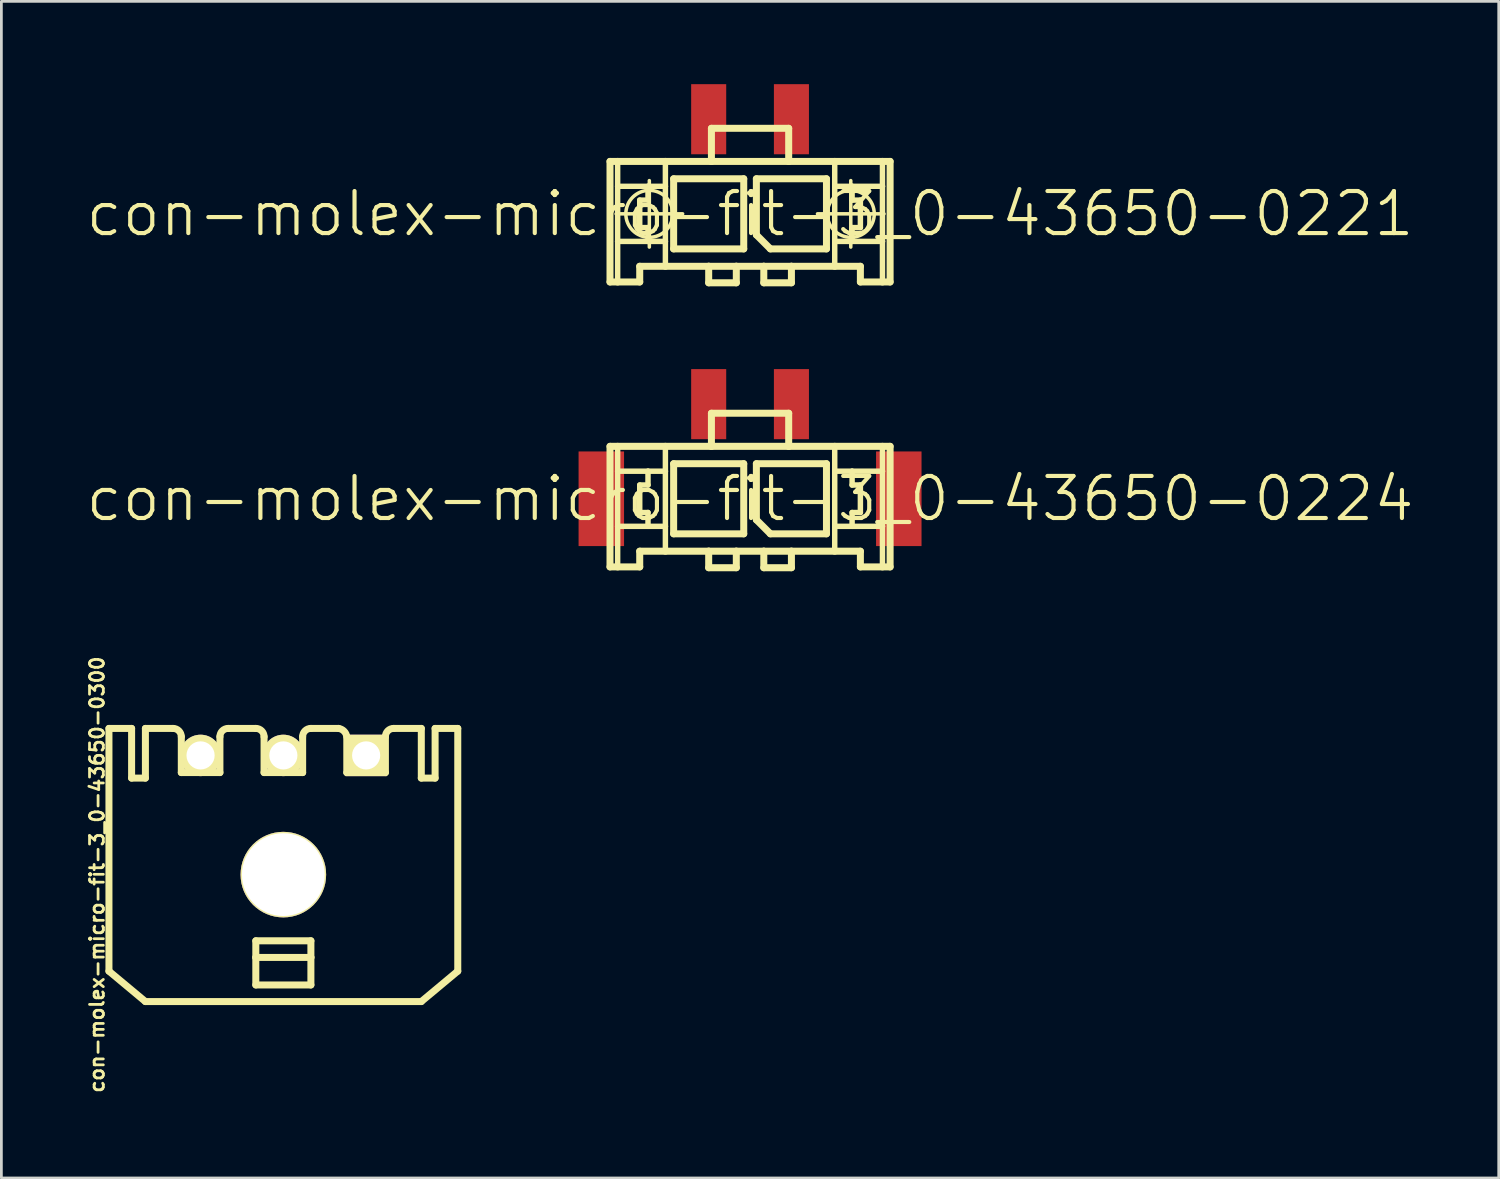
<source format=kicad_pcb>
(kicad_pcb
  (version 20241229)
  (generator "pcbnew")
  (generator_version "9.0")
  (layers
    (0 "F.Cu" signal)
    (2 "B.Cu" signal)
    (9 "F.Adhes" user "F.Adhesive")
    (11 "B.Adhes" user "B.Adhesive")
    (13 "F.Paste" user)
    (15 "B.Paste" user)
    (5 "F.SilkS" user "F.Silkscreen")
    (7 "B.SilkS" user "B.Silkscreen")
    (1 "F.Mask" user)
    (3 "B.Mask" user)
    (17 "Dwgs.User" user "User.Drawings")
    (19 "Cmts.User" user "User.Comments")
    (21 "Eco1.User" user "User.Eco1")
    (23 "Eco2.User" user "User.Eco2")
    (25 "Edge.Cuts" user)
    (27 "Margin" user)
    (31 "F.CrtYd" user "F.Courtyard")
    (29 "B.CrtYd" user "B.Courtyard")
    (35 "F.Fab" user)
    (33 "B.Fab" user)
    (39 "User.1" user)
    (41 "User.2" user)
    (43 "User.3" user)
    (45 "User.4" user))
  (footprint "con-molex-micro-fit-3_0-43650-0224"
    (layer "F.Cu")
    (at 24.13 15.024)
    (property "Reference" "con-molex-micro-fit-3_0-43650-0224" (at 0 0 0) (layer "F.SilkS") (effects (font (size 1.524 1.524) (thickness 0.15))))
    (attr smd)
    (fp_line (start -5.075 -1.9) (end -4.798 -1.9) (stroke (width 0.254) (type solid)) (layer "F.SilkS"))
    (fp_line (start -5.075 2.469) (end -5.075 -1.9) (stroke (width 0.254) (type solid)) (layer "F.SilkS"))
    (fp_line (start -4.798 -1.9) (end -3.068 -1.9) (stroke (width 0.254) (type solid)) (layer "F.SilkS"))
    (fp_line (start -4.798 -0.998) (end -4.798 -1.9) (stroke (width 0.198) (type solid)) (layer "F.SilkS"))
    (fp_line (start -4.798 0.998) (end -4.798 -0.998) (stroke (width 0.198) (type solid)) (layer "F.SilkS"))
    (fp_line (start -4.798 2.469) (end -5.075 2.469) (stroke (width 0.254) (type solid)) (layer "F.SilkS"))
    (fp_line (start -4.798 2.469) (end -4.798 0.998) (stroke (width 0.198) (type solid)) (layer "F.SilkS"))
    (fp_line (start -3.998 -0.498) (end -3.998 0.498) (stroke (width 0.198) (type solid)) (layer "F.SilkS"))
    (fp_line (start -3.998 0.498) (end -3.698 0.498) (stroke (width 0.198) (type solid)) (layer "F.SilkS"))
    (fp_line (start -3.998 1.9) (end -3.998 2.469) (stroke (width 0.254) (type solid)) (layer "F.SilkS"))
    (fp_line (start -3.998 2.469) (end -4.798 2.469) (stroke (width 0.254) (type solid)) (layer "F.SilkS"))
    (fp_line (start -3.698 -0.998) (end -4.798 -0.998) (stroke (width 0.198) (type solid)) (layer "F.SilkS"))
    (fp_line (start -3.698 -0.998) (end -3.698 -0.498) (stroke (width 0.198) (type solid)) (layer "F.SilkS"))
    (fp_line (start -3.698 -0.498) (end -3.998 -0.498) (stroke (width 0.198) (type solid)) (layer "F.SilkS"))
    (fp_line (start -3.698 0.498) (end -3.698 0.998) (stroke (width 0.198) (type solid)) (layer "F.SilkS"))
    (fp_line (start -3.698 0.998) (end -4.798 0.998) (stroke (width 0.198) (type solid)) (layer "F.SilkS"))
    (fp_line (start -3.068 -1.9) (end -1.4 -1.9) (stroke (width 0.254) (type solid)) (layer "F.SilkS"))
    (fp_line (start -3.068 -0.998) (end -3.698 -0.998) (stroke (width 0.198) (type solid)) (layer "F.SilkS"))
    (fp_line (start -3.068 -0.998) (end -3.068 -1.9) (stroke (width 0.198) (type solid)) (layer "F.SilkS"))
    (fp_line (start -3.068 0.998) (end -3.698 0.998) (stroke (width 0.198) (type solid)) (layer "F.SilkS"))
    (fp_line (start -3.068 0.998) (end -3.068 -0.998) (stroke (width 0.198) (type solid)) (layer "F.SilkS"))
    (fp_line (start -3.068 1.9) (end -3.998 1.9) (stroke (width 0.254) (type solid)) (layer "F.SilkS"))
    (fp_line (start -3.068 1.9) (end -3.068 0.998) (stroke (width 0.198) (type solid)) (layer "F.SilkS"))
    (fp_line (start -2.769 -1.27) (end -0.229 -1.27) (stroke (width 0.254) (type solid)) (layer "F.SilkS"))
    (fp_line (start -2.769 1.27) (end -2.769 -1.27) (stroke (width 0.254) (type solid)) (layer "F.SilkS"))
    (fp_line (start -1.499 1.9) (end -3.068 1.9) (stroke (width 0.254) (type solid)) (layer "F.SilkS"))
    (fp_line (start -1.499 1.9) (end -1.499 2.499) (stroke (width 0.254) (type solid)) (layer "F.SilkS"))
    (fp_line (start -1.499 2.499) (end -0.498 2.499) (stroke (width 0.254) (type solid)) (layer "F.SilkS"))
    (fp_line (start -1.4 -3.099) (end -1.4 -1.9) (stroke (width 0.254) (type solid)) (layer "F.SilkS"))
    (fp_line (start -1.4 -3.099) (end 1.4 -3.099) (stroke (width 0.254) (type solid)) (layer "F.SilkS"))
    (fp_line (start -1.4 -1.9) (end 1.4 -1.9) (stroke (width 0.254) (type solid)) (layer "F.SilkS"))
    (fp_line (start -0.498 1.9) (end -1.499 1.9) (stroke (width 0.254) (type solid)) (layer "F.SilkS"))
    (fp_line (start -0.498 2.499) (end -0.498 1.9) (stroke (width 0.254) (type solid)) (layer "F.SilkS"))
    (fp_line (start -0.229 -1.27) (end -0.229 1.27) (stroke (width 0.254) (type solid)) (layer "F.SilkS"))
    (fp_line (start -0.229 1.27) (end -2.769 1.27) (stroke (width 0.254) (type solid)) (layer "F.SilkS"))
    (fp_line (start 0.229 -1.27) (end 2.769 -1.27) (stroke (width 0.254) (type solid)) (layer "F.SilkS"))
    (fp_line (start 0.229 0.762) (end 0.229 -1.27) (stroke (width 0.254) (type solid)) (layer "F.SilkS"))
    (fp_line (start 0.498 1.9) (end -0.498 1.9) (stroke (width 0.254) (type solid)) (layer "F.SilkS"))
    (fp_line (start 0.498 1.9) (end 0.498 2.499) (stroke (width 0.254) (type solid)) (layer "F.SilkS"))
    (fp_line (start 0.498 2.499) (end 1.499 2.499) (stroke (width 0.254) (type solid)) (layer "F.SilkS"))
    (fp_line (start 0.737 1.27) (end 0.229 0.762) (stroke (width 0.254) (type solid)) (layer "F.SilkS"))
    (fp_line (start 1.4 -3.099) (end 1.4 -1.9) (stroke (width 0.254) (type solid)) (layer "F.SilkS"))
    (fp_line (start 1.4 -1.9) (end 3.068 -1.9) (stroke (width 0.254) (type solid)) (layer "F.SilkS"))
    (fp_line (start 1.499 1.9) (end 0.498 1.9) (stroke (width 0.254) (type solid)) (layer "F.SilkS"))
    (fp_line (start 1.499 2.499) (end 1.499 1.9) (stroke (width 0.254) (type solid)) (layer "F.SilkS"))
    (fp_line (start 2.769 -1.27) (end 2.769 1.27) (stroke (width 0.254) (type solid)) (layer "F.SilkS"))
    (fp_line (start 2.769 1.27) (end 0.737 1.27) (stroke (width 0.254) (type solid)) (layer "F.SilkS"))
    (fp_line (start 3.068 -1.9) (end 3.068 -0.998) (stroke (width 0.198) (type solid)) (layer "F.SilkS"))
    (fp_line (start 3.068 -1.9) (end 4.798 -1.9) (stroke (width 0.254) (type solid)) (layer "F.SilkS"))
    (fp_line (start 3.068 -0.998) (end 3.068 0.998) (stroke (width 0.198) (type solid)) (layer "F.SilkS"))
    (fp_line (start 3.068 -0.998) (end 3.698 -0.998) (stroke (width 0.198) (type solid)) (layer "F.SilkS"))
    (fp_line (start 3.068 0.998) (end 3.068 1.9) (stroke (width 0.198) (type solid)) (layer "F.SilkS"))
    (fp_line (start 3.068 0.998) (end 3.698 0.998) (stroke (width 0.198) (type solid)) (layer "F.SilkS"))
    (fp_line (start 3.068 1.9) (end 1.499 1.9) (stroke (width 0.254) (type solid)) (layer "F.SilkS"))
    (fp_line (start 3.698 -0.998) (end 3.698 -0.498) (stroke (width 0.198) (type solid)) (layer "F.SilkS"))
    (fp_line (start 3.698 -0.998) (end 4.798 -0.998) (stroke (width 0.198) (type solid)) (layer "F.SilkS"))
    (fp_line (start 3.698 -0.498) (end 3.998 -0.498) (stroke (width 0.198) (type solid)) (layer "F.SilkS"))
    (fp_line (start 3.698 0.498) (end 3.698 0.998) (stroke (width 0.198) (type solid)) (layer "F.SilkS"))
    (fp_line (start 3.698 0.998) (end 4.798 0.998) (stroke (width 0.198) (type solid)) (layer "F.SilkS"))
    (fp_line (start 3.998 -0.498) (end 3.998 0.498) (stroke (width 0.198) (type solid)) (layer "F.SilkS"))
    (fp_line (start 3.998 0.498) (end 3.698 0.498) (stroke (width 0.198) (type solid)) (layer "F.SilkS"))
    (fp_line (start 3.998 1.9) (end 3.068 1.9) (stroke (width 0.254) (type solid)) (layer "F.SilkS"))
    (fp_line (start 3.998 2.469) (end 3.998 1.9) (stroke (width 0.254) (type solid)) (layer "F.SilkS"))
    (fp_line (start 3.998 2.469) (end 4.798 2.469) (stroke (width 0.254) (type solid)) (layer "F.SilkS"))
    (fp_line (start 4.798 -1.9) (end 5.075 -1.9) (stroke (width 0.254) (type solid)) (layer "F.SilkS"))
    (fp_line (start 4.798 -0.998) (end 4.798 -1.9) (stroke (width 0.198) (type solid)) (layer "F.SilkS"))
    (fp_line (start 4.798 0.998) (end 4.798 -0.998) (stroke (width 0.198) (type solid)) (layer "F.SilkS"))
    (fp_line (start 4.798 2.469) (end 4.798 0.998) (stroke (width 0.198) (type solid)) (layer "F.SilkS"))
    (fp_line (start 4.798 2.469) (end 5.075 2.469) (stroke (width 0.254) (type solid)) (layer "F.SilkS"))
    (fp_line (start 5.075 -1.9) (end 5.075 2.469) (stroke (width 0.254) (type solid)) (layer "F.SilkS"))
    (pad "P$1" smd rect (at 1.499 -3.429) (size 1.27 2.54) (layers "F.Cu" "F.Mask" "F.Paste"))
    (pad "P$2" smd rect (at -1.499 -3.429) (size 1.27 2.54) (layers "F.Cu" "F.Mask" "F.Paste"))
    (pad "TAB1" smd rect (at 5.39 0) (size 1.648 3.429) (layers "F.Cu" "F.Mask" "F.Paste"))
    (pad "TAB2" smd rect (at -5.39 0) (size 1.648 3.429) (layers "F.Cu" "F.Mask" "F.Paste")))
  (footprint "con-molex-micro-fit-3_0-43650-0300"
    (layer "F.Cu")
    (at 7.218 28.644)
    (property "Reference" "con-molex-micro-fit-3_0-43650-0300" (at -6.75 0 90) (layer "F.SilkS") (effects (font (size 0.5 0.5) (thickness 0.1))))
    (attr exclude_from_pos_files exclude_from_bom)
    (fp_line (start -6.32 -5.298) (end -5.499 -5.298) (stroke (width 0.254) (type solid)) (layer "F.SilkS"))
    (fp_line (start -6.32 3.498) (end -6.32 -5.298) (stroke (width 0.254) (type solid)) (layer "F.SilkS"))
    (fp_line (start -6.32 3.498) (end -4.999 4.6) (stroke (width 0.254) (type solid)) (layer "F.SilkS"))
    (fp_line (start -5.499 -5.298) (end -5.499 -3.498) (stroke (width 0.254) (type solid)) (layer "F.SilkS"))
    (fp_line (start -5.499 -3.498) (end -4.999 -3.498) (stroke (width 0.254) (type solid)) (layer "F.SilkS"))
    (fp_line (start -4.999 -5.298) (end -3.998 -5.298) (stroke (width 0.254) (type solid)) (layer "F.SilkS"))
    (fp_line (start -4.999 -3.498) (end -4.999 -5.298) (stroke (width 0.254) (type solid)) (layer "F.SilkS"))
    (fp_line (start -3.698 -3.698) (end -3.698 -4.999) (stroke (width 0.254) (type solid)) (layer "F.SilkS"))
    (fp_line (start -3.698 -3.698) (end -2.299 -3.698) (stroke (width 0.254) (type solid)) (layer "F.SilkS"))
    (fp_line (start -2.299 -3.698) (end -2.299 -4.999) (stroke (width 0.254) (type solid)) (layer "F.SilkS"))
    (fp_line (start -1.999 -5.298) (end -0.998 -5.298) (stroke (width 0.254) (type solid)) (layer "F.SilkS"))
    (fp_line (start -0.998 2.398) (end 0.998 2.398) (stroke (width 0.254) (type solid)) (layer "F.SilkS"))
    (fp_line (start -0.998 3) (end -0.998 2.398) (stroke (width 0.254) (type solid)) (layer "F.SilkS"))
    (fp_line (start -0.998 3) (end 0.998 3) (stroke (width 0.254) (type solid)) (layer "F.SilkS"))
    (fp_line (start -0.998 3.998) (end -0.998 3) (stroke (width 0.254) (type solid)) (layer "F.SilkS"))
    (fp_line (start -0.699 -3.698) (end -0.699 -4.999) (stroke (width 0.254) (type solid)) (layer "F.SilkS"))
    (fp_line (start -0.699 -3.698) (end 0.699 -3.698) (stroke (width 0.254) (type solid)) (layer "F.SilkS"))
    (fp_line (start 0.699 -3.698) (end 0.699 -4.999) (stroke (width 0.254) (type solid)) (layer "F.SilkS"))
    (fp_line (start 0.998 -5.298) (end 1.999 -5.298) (stroke (width 0.254) (type solid)) (layer "F.SilkS"))
    (fp_line (start 0.998 2.398) (end 0.998 3) (stroke (width 0.254) (type solid)) (layer "F.SilkS"))
    (fp_line (start 0.998 3) (end 0.998 3.998) (stroke (width 0.254) (type solid)) (layer "F.SilkS"))
    (fp_line (start 0.998 3.998) (end -0.998 3.998) (stroke (width 0.254) (type solid)) (layer "F.SilkS"))
    (fp_line (start 2.299 -4.999) (end 2.299 -3.698) (stroke (width 0.254) (type solid)) (layer "F.SilkS"))
    (fp_line (start 2.299 -3.698) (end 3.698 -3.698) (stroke (width 0.254) (type solid)) (layer "F.SilkS"))
    (fp_line (start 3.698 -3.698) (end 3.698 -4.999) (stroke (width 0.254) (type solid)) (layer "F.SilkS"))
    (fp_line (start 3.998 -5.298) (end 4.999 -5.298) (stroke (width 0.254) (type solid)) (layer "F.SilkS"))
    (fp_line (start 4.999 -3.498) (end 4.999 -5.298) (stroke (width 0.254) (type solid)) (layer "F.SilkS"))
    (fp_line (start 4.999 4.6) (end -4.999 4.6) (stroke (width 0.254) (type solid)) (layer "F.SilkS"))
    (fp_line (start 5.499 -5.298) (end 5.499 -3.498) (stroke (width 0.254) (type solid)) (layer "F.SilkS"))
    (fp_line (start 5.499 -5.298) (end 6.32 -5.298) (stroke (width 0.254) (type solid)) (layer "F.SilkS"))
    (fp_line (start 5.499 -3.498) (end 4.999 -3.498) (stroke (width 0.254) (type solid)) (layer "F.SilkS"))
    (fp_line (start 6.32 -5.298) (end 6.32 3.498) (stroke (width 0.254) (type solid)) (layer "F.SilkS"))
    (fp_line (start 6.32 3.498) (end 4.999 4.6) (stroke (width 0.254) (type solid)) (layer "F.SilkS"))
    (fp_arc (start -3.99796 -5.29844) (mid -3.786026 -5.210654) (end -3.69824 -4.99872) (stroke (width 0.254) (type solid)) (layer "F.SilkS"))
    (fp_arc (start -2.2987 -4.99872) (mid -2.210914 -5.210654) (end -1.99898 -5.29844) (stroke (width 0.254) (type solid)) (layer "F.SilkS"))
    (fp_arc (start -0.99822 -5.29844) (mid -0.786286 -5.210654) (end -0.6985 -4.99872) (stroke (width 0.254) (type solid)) (layer "F.SilkS"))
    (fp_arc (start 0.6985 -4.99872) (mid 0.786286 -5.210654) (end 0.99822 -5.29844) (stroke (width 0.254) (type solid)) (layer "F.SilkS"))
    (fp_arc (start 1.99898 -5.29844) (mid 2.199045 -5.197943) (end 2.298869 -4.997541) (stroke (width 0.254) (type solid)) (layer "F.SilkS"))
    (fp_arc (start 3.69824 -4.99872) (mid 3.786026 -5.210654) (end 3.99796 -5.29844) (stroke (width 0.254) (type solid)) (layer "F.SilkS"))
    (pad "1" thru_hole rect (at 3 -4.32) (size 1.5 1.5) (drill 1.02) (layers "*.Cu" "*.Mask" "F.SilkS" "F.Paste"))
    (pad "2" thru_hole circle (at 0 -4.32) (size 1.5 1.5) (drill 1.02) (layers "*.Cu" "*.Mask" "F.SilkS" "F.Paste"))
    (pad "3" thru_hole circle (at -3 -4.32) (size 1.5 1.5) (drill 1.02) (layers "*.Cu" "*.Mask" "F.SilkS" "F.Paste"))
    (pad "4" thru_hole circle (at 0 0) (size 3.1 3.1) (drill 3) (layers "*.Cu" "F.Mask" "F.SilkS" "F.Paste")))
  (footprint "con-molex-micro-fit-3_0-43650-0221"
    (layer "F.Cu")
    (at 24.13 4.699)
    (property "Reference" "con-molex-micro-fit-3_0-43650-0221" (at 0 0 0) (layer "F.SilkS") (effects (font (size 1.524 1.524) (thickness 0.15))))
    (attr smd)
    (fp_line (start -5.075 -1.9) (end -4.798 -1.9) (stroke (width 0.254) (type solid)) (layer "F.SilkS"))
    (fp_line (start -5.075 2.469) (end -5.075 -1.9) (stroke (width 0.254) (type solid)) (layer "F.SilkS"))
    (fp_line (start -4.854 0) (end -2.443 0) (stroke (width 0.127) (type solid)) (layer "F.SilkS"))
    (fp_line (start -4.798 -1.9) (end -3.068 -1.9) (stroke (width 0.254) (type solid)) (layer "F.SilkS"))
    (fp_line (start -4.798 -0.998) (end -4.798 -1.9) (stroke (width 0.198) (type solid)) (layer "F.SilkS"))
    (fp_line (start -4.798 0.998) (end -4.798 -0.998) (stroke (width 0.198) (type solid)) (layer "F.SilkS"))
    (fp_line (start -4.798 2.469) (end -5.075 2.469) (stroke (width 0.254) (type solid)) (layer "F.SilkS"))
    (fp_line (start -4.798 2.469) (end -4.798 0.998) (stroke (width 0.198) (type solid)) (layer "F.SilkS"))
    (fp_line (start -3.998 -0.498) (end -3.998 0.498) (stroke (width 0.198) (type solid)) (layer "F.SilkS"))
    (fp_line (start -3.998 0.498) (end -3.698 0.498) (stroke (width 0.198) (type solid)) (layer "F.SilkS"))
    (fp_line (start -3.998 1.9) (end -3.998 2.469) (stroke (width 0.254) (type solid)) (layer "F.SilkS"))
    (fp_line (start -3.998 2.469) (end -4.798 2.469) (stroke (width 0.254) (type solid)) (layer "F.SilkS"))
    (fp_line (start -3.698 -0.998) (end -4.798 -0.998) (stroke (width 0.198) (type solid)) (layer "F.SilkS"))
    (fp_line (start -3.698 -0.998) (end -3.698 -0.498) (stroke (width 0.198) (type solid)) (layer "F.SilkS"))
    (fp_line (start -3.698 -0.498) (end -3.998 -0.498) (stroke (width 0.198) (type solid)) (layer "F.SilkS"))
    (fp_line (start -3.698 0.498) (end -3.698 0.998) (stroke (width 0.198) (type solid)) (layer "F.SilkS"))
    (fp_line (start -3.698 0.998) (end -4.798 0.998) (stroke (width 0.198) (type solid)) (layer "F.SilkS"))
    (fp_line (start -3.65 1.204) (end -3.65 -1.204) (stroke (width 0.127) (type solid)) (layer "F.SilkS"))
    (fp_line (start -3.068 -1.9) (end -1.4 -1.9) (stroke (width 0.254) (type solid)) (layer "F.SilkS"))
    (fp_line (start -3.068 -0.998) (end -3.698 -0.998) (stroke (width 0.198) (type solid)) (layer "F.SilkS"))
    (fp_line (start -3.068 -0.998) (end -3.068 -1.9) (stroke (width 0.198) (type solid)) (layer "F.SilkS"))
    (fp_line (start -3.068 0.998) (end -3.698 0.998) (stroke (width 0.198) (type solid)) (layer "F.SilkS"))
    (fp_line (start -3.068 0.998) (end -3.068 -0.998) (stroke (width 0.198) (type solid)) (layer "F.SilkS"))
    (fp_line (start -3.068 1.9) (end -3.998 1.9) (stroke (width 0.254) (type solid)) (layer "F.SilkS"))
    (fp_line (start -3.068 1.9) (end -3.068 0.998) (stroke (width 0.198) (type solid)) (layer "F.SilkS"))
    (fp_line (start -2.769 -1.27) (end -0.229 -1.27) (stroke (width 0.254) (type solid)) (layer "F.SilkS"))
    (fp_line (start -2.769 1.27) (end -2.769 -1.27) (stroke (width 0.254) (type solid)) (layer "F.SilkS"))
    (fp_line (start -1.499 1.9) (end -3.068 1.9) (stroke (width 0.254) (type solid)) (layer "F.SilkS"))
    (fp_line (start -1.499 1.9) (end -1.499 2.499) (stroke (width 0.254) (type solid)) (layer "F.SilkS"))
    (fp_line (start -1.499 2.499) (end -0.498 2.499) (stroke (width 0.254) (type solid)) (layer "F.SilkS"))
    (fp_line (start -1.4 -3.099) (end -1.4 -1.9) (stroke (width 0.254) (type solid)) (layer "F.SilkS"))
    (fp_line (start -1.4 -3.099) (end 1.4 -3.099) (stroke (width 0.254) (type solid)) (layer "F.SilkS"))
    (fp_line (start -1.4 -1.9) (end 1.4 -1.9) (stroke (width 0.254) (type solid)) (layer "F.SilkS"))
    (fp_line (start -0.498 1.9) (end -1.499 1.9) (stroke (width 0.254) (type solid)) (layer "F.SilkS"))
    (fp_line (start -0.498 2.499) (end -0.498 1.9) (stroke (width 0.254) (type solid)) (layer "F.SilkS"))
    (fp_line (start -0.229 -1.27) (end -0.229 1.27) (stroke (width 0.254) (type solid)) (layer "F.SilkS"))
    (fp_line (start -0.229 1.27) (end -2.769 1.27) (stroke (width 0.254) (type solid)) (layer "F.SilkS"))
    (fp_line (start 0.229 -1.27) (end 2.769 -1.27) (stroke (width 0.254) (type solid)) (layer "F.SilkS"))
    (fp_line (start 0.229 0.762) (end 0.229 -1.27) (stroke (width 0.254) (type solid)) (layer "F.SilkS"))
    (fp_line (start 0.498 1.9) (end -0.498 1.9) (stroke (width 0.254) (type solid)) (layer "F.SilkS"))
    (fp_line (start 0.498 1.9) (end 0.498 2.499) (stroke (width 0.254) (type solid)) (layer "F.SilkS"))
    (fp_line (start 0.498 2.499) (end 1.499 2.499) (stroke (width 0.254) (type solid)) (layer "F.SilkS"))
    (fp_line (start 0.737 1.27) (end 0.229 0.762) (stroke (width 0.254) (type solid)) (layer "F.SilkS"))
    (fp_line (start 1.4 -3.099) (end 1.4 -1.9) (stroke (width 0.254) (type solid)) (layer "F.SilkS"))
    (fp_line (start 1.4 -1.9) (end 3.068 -1.9) (stroke (width 0.254) (type solid)) (layer "F.SilkS"))
    (fp_line (start 1.499 1.9) (end 0.498 1.9) (stroke (width 0.254) (type solid)) (layer "F.SilkS"))
    (fp_line (start 1.499 2.499) (end 1.499 1.9) (stroke (width 0.254) (type solid)) (layer "F.SilkS"))
    (fp_line (start 2.443 0) (end 4.854 0) (stroke (width 0.127) (type solid)) (layer "F.SilkS"))
    (fp_line (start 2.769 -1.27) (end 2.769 1.27) (stroke (width 0.254) (type solid)) (layer "F.SilkS"))
    (fp_line (start 2.769 1.27) (end 0.737 1.27) (stroke (width 0.254) (type solid)) (layer "F.SilkS"))
    (fp_line (start 3.068 -1.9) (end 3.068 -0.998) (stroke (width 0.198) (type solid)) (layer "F.SilkS"))
    (fp_line (start 3.068 -1.9) (end 4.798 -1.9) (stroke (width 0.254) (type solid)) (layer "F.SilkS"))
    (fp_line (start 3.068 -0.998) (end 3.068 0.998) (stroke (width 0.198) (type solid)) (layer "F.SilkS"))
    (fp_line (start 3.068 -0.998) (end 3.698 -0.998) (stroke (width 0.198) (type solid)) (layer "F.SilkS"))
    (fp_line (start 3.068 0.998) (end 3.068 1.9) (stroke (width 0.198) (type solid)) (layer "F.SilkS"))
    (fp_line (start 3.068 0.998) (end 3.698 0.998) (stroke (width 0.198) (type solid)) (layer "F.SilkS"))
    (fp_line (start 3.068 1.9) (end 1.499 1.9) (stroke (width 0.254) (type solid)) (layer "F.SilkS"))
    (fp_line (start 3.65 1.204) (end 3.65 -1.204) (stroke (width 0.127) (type solid)) (layer "F.SilkS"))
    (fp_line (start 3.698 -0.998) (end 3.698 -0.498) (stroke (width 0.198) (type solid)) (layer "F.SilkS"))
    (fp_line (start 3.698 -0.998) (end 4.798 -0.998) (stroke (width 0.198) (type solid)) (layer "F.SilkS"))
    (fp_line (start 3.698 -0.498) (end 3.998 -0.498) (stroke (width 0.198) (type solid)) (layer "F.SilkS"))
    (fp_line (start 3.698 0.498) (end 3.698 0.998) (stroke (width 0.198) (type solid)) (layer "F.SilkS"))
    (fp_line (start 3.698 0.998) (end 4.798 0.998) (stroke (width 0.198) (type solid)) (layer "F.SilkS"))
    (fp_line (start 3.998 -0.498) (end 3.998 0.498) (stroke (width 0.198) (type solid)) (layer "F.SilkS"))
    (fp_line (start 3.998 0.498) (end 3.698 0.498) (stroke (width 0.198) (type solid)) (layer "F.SilkS"))
    (fp_line (start 3.998 1.9) (end 3.068 1.9) (stroke (width 0.254) (type solid)) (layer "F.SilkS"))
    (fp_line (start 3.998 2.469) (end 3.998 1.9) (stroke (width 0.254) (type solid)) (layer "F.SilkS"))
    (fp_line (start 3.998 2.469) (end 4.798 2.469) (stroke (width 0.254) (type solid)) (layer "F.SilkS"))
    (fp_line (start 4.798 -1.9) (end 5.075 -1.9) (stroke (width 0.254) (type solid)) (layer "F.SilkS"))
    (fp_line (start 4.798 -0.998) (end 4.798 -1.9) (stroke (width 0.198) (type solid)) (layer "F.SilkS"))
    (fp_line (start 4.798 0.998) (end 4.798 -0.998) (stroke (width 0.198) (type solid)) (layer "F.SilkS"))
    (fp_line (start 4.798 2.469) (end 4.798 0.998) (stroke (width 0.198) (type solid)) (layer "F.SilkS"))
    (fp_line (start 4.798 2.469) (end 5.075 2.469) (stroke (width 0.254) (type solid)) (layer "F.SilkS"))
    (fp_line (start 5.075 -1.9) (end 5.075 2.469) (stroke (width 0.254) (type solid)) (layer "F.SilkS"))
    (fp_circle (center -3.65 0) (end -4.252 0.602) (stroke (width 0.127) (type solid)) (fill no) (layer "F.SilkS"))
    (fp_circle (center 3.65 0) (end 4.252 0.602) (stroke (width 0.127) (type solid)) (fill no) (layer "F.SilkS"))
    (pad "P$1" smd rect (at 1.499 -3.429) (size 1.27 2.54) (layers "F.Cu" "F.Mask" "F.Paste"))
    (pad "P$2" smd rect (at -1.499 -3.429) (size 1.27 2.54) (layers "F.Cu" "F.Mask" "F.Paste")))
  (gr_rect
    (start -3 -3)
    (end 51.26 39.636)
    (stroke (width 0.1) (type default))
    (fill no)
    (layer "Edge.Cuts")))
</source>
